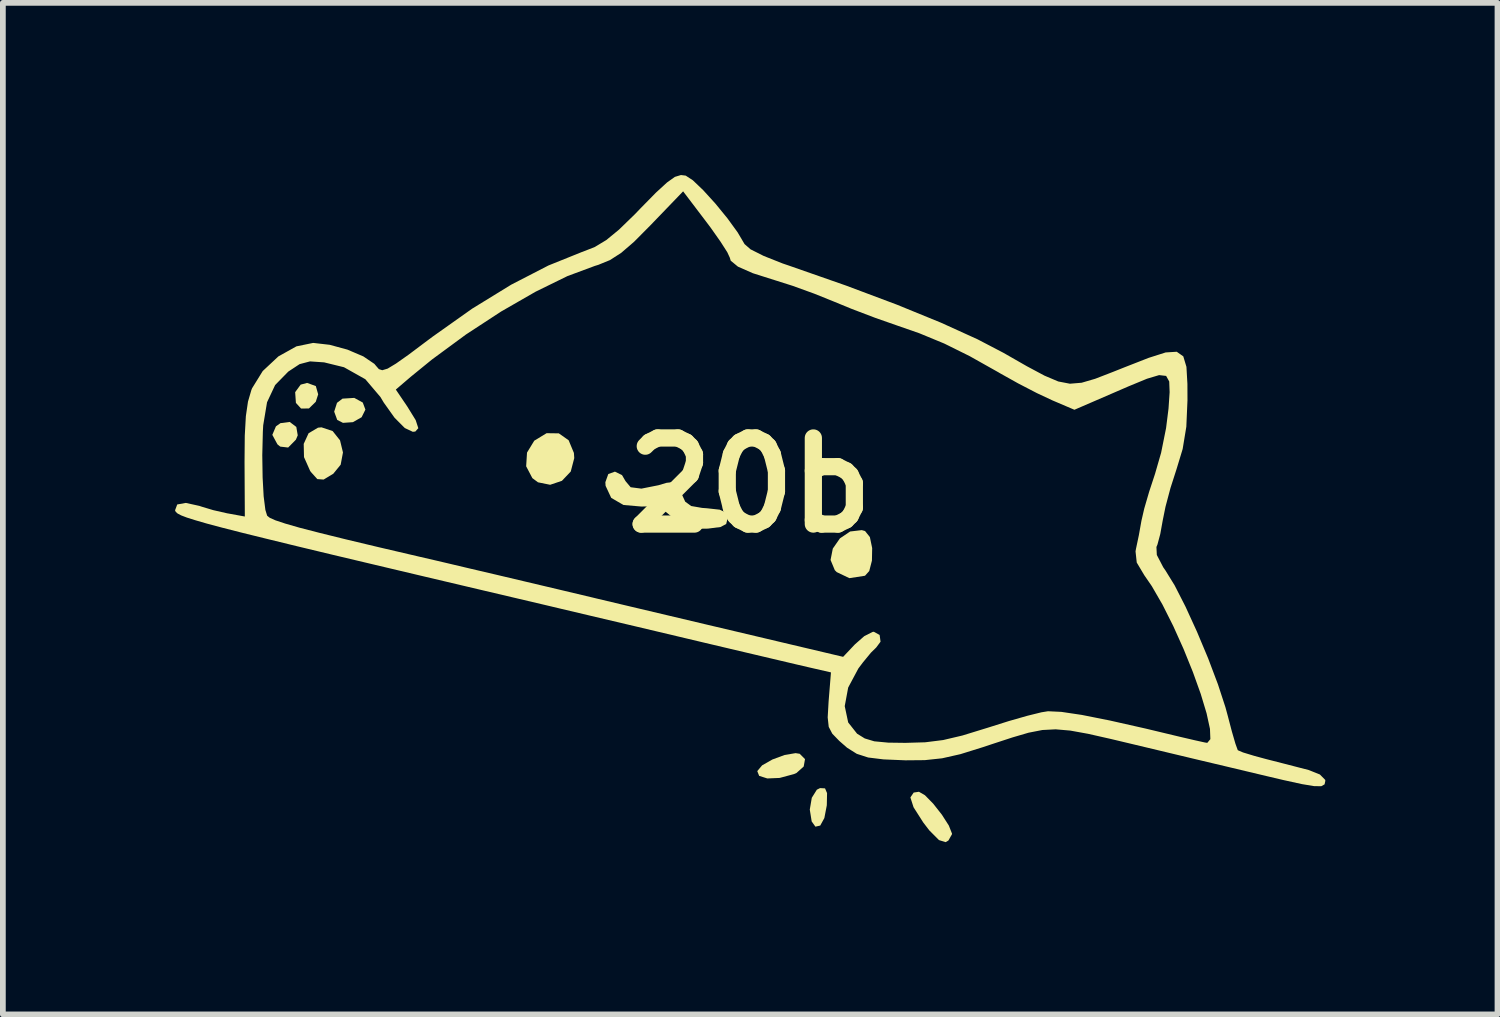
<source format=kicad_pcb>
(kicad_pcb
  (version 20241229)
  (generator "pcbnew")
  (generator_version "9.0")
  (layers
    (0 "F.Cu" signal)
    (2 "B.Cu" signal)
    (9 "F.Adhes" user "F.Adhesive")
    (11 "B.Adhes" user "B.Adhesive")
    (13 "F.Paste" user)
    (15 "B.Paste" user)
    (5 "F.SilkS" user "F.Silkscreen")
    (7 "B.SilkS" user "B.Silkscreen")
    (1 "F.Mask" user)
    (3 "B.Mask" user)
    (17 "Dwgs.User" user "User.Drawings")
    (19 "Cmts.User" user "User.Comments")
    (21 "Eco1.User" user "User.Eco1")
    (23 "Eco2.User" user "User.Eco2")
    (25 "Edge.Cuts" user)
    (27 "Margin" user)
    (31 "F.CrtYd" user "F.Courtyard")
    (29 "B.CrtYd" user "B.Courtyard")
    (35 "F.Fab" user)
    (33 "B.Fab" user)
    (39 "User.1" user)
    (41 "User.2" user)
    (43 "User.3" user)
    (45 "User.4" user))
  (footprint "20b"
    (layer "F.Cu")
    (at 10.015 5.403)
    (property "Reference" "20b" (at 0 0 0) (layer "F.SilkS") (effects (font (size 1.5 1.5) (thickness 0.3))))
    (attr board_only exclude_from_pos_files exclude_from_bom)
    (fp_poly (pts (xy -7.562 -1.726) (xy -7.521 -1.582) (xy -7.563 -1.452) (xy -7.682 -1.336) (xy -7.819 -1.334) (xy -7.909 -1.433) (xy -7.922 -1.62) (xy -7.826 -1.751) (xy -7.714 -1.781)) (stroke (width 0) (type solid)) (fill yes) (layer "F.SilkS"))
    (fp_poly (pts (xy -7.902 -1.014) (xy -7.877 -0.868) (xy -7.909 -0.792) (xy -8.044 -0.655) (xy -8.182 -0.671) (xy -8.231 -0.711) (xy -8.32 -0.876) (xy -8.257 -1.024) (xy -8.178 -1.08) (xy -8.017 -1.101)) (stroke (width 0) (type solid)) (fill yes) (layer "F.SilkS"))
    (fp_poly (pts (xy -6.744 -1.439) (xy -6.698 -1.316) (xy -6.764 -1.183) (xy -6.916 -1.097) (xy -7.089 -1.085) (xy -7.189 -1.136) (xy -7.242 -1.28) (xy -7.193 -1.434) (xy -7.097 -1.507) (xy -6.892 -1.52)) (stroke (width 0) (type solid)) (fill yes) (layer "F.SilkS"))
    (fp_poly (pts (xy 1.311 5.284) (xy 1.346 5.367) (xy 1.342 5.563) (xy 1.341 5.582) (xy 1.299 5.801) (xy 1.227 5.932) (xy 1.143 5.951) (xy 1.078 5.86) (xy 1.045 5.653) (xy 1.08 5.448) (xy 1.168 5.307) (xy 1.224 5.279)) (stroke (width 0) (type solid)) (fill yes) (layer "F.SilkS"))
    (fp_poly (pts (xy -3.328 -0.902) (xy -3.157 -0.782) (xy -3.065 -0.561) (xy -3.059 -0.471) (xy -3.12 -0.237) (xy -3.274 -0.075) (xy -3.479 -0.006) (xy -3.691 -0.049) (xy -3.789 -0.122) (xy -3.897 -0.328) (xy -3.882 -0.567) (xy -3.756 -0.774) (xy -3.541 -0.905)) (stroke (width 0) (type solid)) (fill yes) (layer "F.SilkS"))
    (fp_poly (pts (xy 0.869 4.681) (xy 0.962 4.774) (xy 0.939 4.903) (xy 0.813 5.016) (xy 0.769 5.035) (xy 0.52 5.102) (xy 0.305 5.111) (xy 0.163 5.066) (xy 0.13 4.983) (xy 0.214 4.883) (xy 0.393 4.781) (xy 0.607 4.702) (xy 0.797 4.67)) (stroke (width 0) (type solid)) (fill yes) (layer "F.SilkS"))
    (fp_poly (pts (xy -7.269 -0.942) (xy -7.14 -0.78) (xy -7.089 -0.569) (xy -7.129 -0.356) (xy -7.258 -0.198) (xy -7.426 -0.097) (xy -7.536 -0.105) (xy -7.648 -0.229) (xy -7.662 -0.25) (xy -7.768 -0.488) (xy -7.773 -0.719) (xy -7.688 -0.904) (xy -7.524 -1.001) (xy -7.463 -1.007)) (stroke (width 0) (type solid)) (fill yes) (layer "F.SilkS"))
    (fp_poly (pts (xy 2.008 0.8) (xy 2.092 0.905) (xy 2.132 1.097) (xy 2.128 1.315) (xy 2.081 1.497) (xy 2.007 1.579) (xy 1.735 1.621) (xy 1.515 1.516) (xy 1.481 1.482) (xy 1.407 1.304) (xy 1.446 1.106) (xy 1.57 0.928) (xy 1.748 0.808) (xy 1.951 0.784)) (stroke (width 0) (type solid)) (fill yes) (layer "F.SilkS"))
    (fp_poly (pts (xy 3.051 5.403) (xy 3.196 5.551) (xy 3.347 5.743) (xy 3.468 5.932) (xy 3.523 6.072) (xy 3.523 6.082) (xy 3.461 6.192) (xy 3.412 6.221) (xy 3.296 6.185) (xy 3.126 6.014) (xy 3.022 5.878) (xy 2.853 5.613) (xy 2.798 5.442) (xy 2.855 5.357) (xy 2.947 5.343)) (stroke (width 0) (type solid)) (fill yes) (layer "F.SilkS"))
    (fp_poly (pts (xy -2.227 -0.175) (xy -2.166 -0.07) (xy -2.076 0.037) (xy -1.889 0.061) (xy -1.592 0.002) (xy -1.451 -0.04) (xy -1.321 -0.055) (xy -1.238 0.03) (xy -1.193 0.142) (xy -1.125 0.289) (xy -1.022 0.364) (xy -0.831 0.397) (xy -0.749 0.403) (xy -0.524 0.428) (xy -0.417 0.478) (xy -0.387 0.572) (xy -0.387 0.581) (xy -0.412 0.678) (xy -0.511 0.73) (xy -0.723 0.757) (xy -0.757 0.759) (xy -1.005 0.76) (xy -1.172 0.708) (xy -1.331 0.577) (xy -1.343 0.566) (xy -1.517 0.422) (xy -1.699 0.37) (xy -1.891 0.373) (xy -2.202 0.346) (xy -2.415 0.222) (xy -2.513 0.012) (xy -2.517 -0.051) (xy -2.466 -0.193) (xy -2.35 -0.235)) (stroke (width 0) (type solid)) (fill yes) (layer "F.SilkS"))
    (fp_poly (pts (xy -1.117 -5.393) (xy -0.993 -5.312) (xy -0.811 -5.138) (xy -0.6 -4.906) (xy -0.39 -4.649) (xy -0.212 -4.404) (xy -0.094 -4.204) (xy -0.093 -4.201) (xy 0.012 -4.109) (xy 0.243 -3.993) (xy 0.573 -3.862) (xy 0.682 -3.825) (xy 1.677 -3.477) (xy 2.564 -3.144) (xy 3.332 -2.83) (xy 3.97 -2.54) (xy 4.42 -2.305) (xy 4.829 -2.071) (xy 5.136 -1.907) (xy 5.375 -1.806) (xy 5.578 -1.767) (xy 5.782 -1.784) (xy 6.018 -1.853) (xy 6.323 -1.971) (xy 6.534 -2.055) (xy 6.951 -2.218) (xy 7.246 -2.312) (xy 7.439 -2.324) (xy 7.553 -2.244) (xy 7.608 -2.061) (xy 7.625 -1.763) (xy 7.626 -1.476) (xy 7.606 -1.017) (xy 7.542 -0.629) (xy 7.435 -0.277) (xy 7.33 0.05) (xy 7.243 0.377) (xy 7.195 0.614) (xy 7.152 0.852) (xy 7.103 1.035) (xy 7.085 1.078) (xy 7.092 1.217) (xy 7.204 1.432) (xy 7.241 1.485) (xy 7.402 1.746) (xy 7.591 2.116) (xy 7.791 2.553) (xy 7.986 3.018) (xy 8.157 3.471) (xy 8.288 3.872) (xy 8.326 4.012) (xy 8.399 4.29) (xy 8.461 4.504) (xy 8.501 4.615) (xy 8.505 4.62) (xy 8.594 4.658) (xy 8.788 4.717) (xy 8.995 4.773) (xy 9.3 4.851) (xy 9.594 4.927) (xy 9.738 4.964) (xy 9.933 5.042) (xy 10.026 5.136) (xy 10.028 5.153) (xy 10.015 5.214) (xy 9.958 5.246) (xy 9.835 5.245) (xy 9.622 5.21) (xy 9.298 5.139) (xy 9.022 5.074) (xy 8.703 4.998) (xy 8.275 4.896) (xy 7.777 4.778) (xy 7.25 4.652) (xy 6.807 4.546) (xy 6.291 4.423) (xy 5.893 4.333) (xy 5.584 4.277) (xy 5.329 4.255) (xy 5.097 4.267) (xy 4.857 4.314) (xy 4.577 4.396) (xy 4.223 4.512) (xy 4.067 4.564) (xy 3.669 4.688) (xy 3.35 4.76) (xy 3.049 4.792) (xy 2.712 4.795) (xy 2.33 4.779) (xy 2.062 4.746) (xy 1.864 4.682) (xy 1.694 4.575) (xy 1.558 4.456) (xy 1.437 4.331) (xy 1.375 4.212) (xy 1.357 4.047) (xy 1.372 3.785) (xy 1.374 3.756) (xy 1.414 3.263) (xy 1.017 3.172) (xy 0.811 3.124) (xy 0.489 3.048) (xy 0.082 2.952) (xy -0.376 2.844) (xy -0.774 2.75) (xy -1.355 2.612) (xy -2.013 2.456) (xy -2.683 2.298) (xy -3.296 2.153) (xy -3.523 2.099) (xy -4.661 1.831) (xy -5.657 1.596) (xy -6.522 1.391) (xy -7.263 1.215) (xy -7.892 1.064) (xy -8.416 0.936) (xy -8.846 0.83) (xy -9.191 0.742) (xy -9.461 0.67) (xy -9.664 0.611) (xy -9.81 0.565) (xy -9.909 0.527) (xy -9.97 0.495) (xy -10.001 0.468) (xy -10.014 0.442) (xy -10.015 0.439) (xy -9.977 0.337) (xy -9.827 0.31) (xy -9.591 0.362) (xy -9.549 0.376) (xy -9.349 0.436) (xy -9.103 0.492) (xy -9.084 0.495) (xy -8.799 0.547) (xy -8.804 -0.404) (xy -8.803 -0.521) (xy -8.495 -0.521) (xy -8.489 -0.134) (xy -8.471 0.195) (xy -8.441 0.432) (xy -8.41 0.533) (xy -8.365 0.569) (xy -8.264 0.614) (xy -8.095 0.67) (xy -7.845 0.742) (xy -7.5 0.831) (xy -7.047 0.943) (xy -6.473 1.08) (xy -5.766 1.245) (xy -5.498 1.307) (xy -5.259 1.363) (xy -4.896 1.449) (xy -4.435 1.557) (xy -3.902 1.683) (xy -3.323 1.82) (xy -2.725 1.962) (xy -2.672 1.975) (xy -2.044 2.124) (xy -1.406 2.275) (xy -0.79 2.421) (xy -0.23 2.553) (xy 0.243 2.665) (xy 0.581 2.745) (xy 1.626 2.992) (xy 1.832 2.774) (xy 1.995 2.631) (xy 2.139 2.558) (xy 2.161 2.555) (xy 2.262 2.611) (xy 2.278 2.728) (xy 2.202 2.83) (xy 2.111 2.919) (xy 1.972 3.088) (xy 1.892 3.194) (xy 1.714 3.527) (xy 1.654 3.851) (xy 1.714 4.135) (xy 1.869 4.331) (xy 2.003 4.414) (xy 2.169 4.464) (xy 2.412 4.487) (xy 2.71 4.491) (xy 3.056 4.481) (xy 3.368 4.442) (xy 3.704 4.363) (xy 4.12 4.235) (xy 4.159 4.223) (xy 4.514 4.111) (xy 4.836 4.019) (xy 5.083 3.958) (xy 5.196 3.94) (xy 5.429 3.951) (xy 5.785 4.004) (xy 6.272 4.101) (xy 6.897 4.242) (xy 7.177 4.309) (xy 7.498 4.386) (xy 7.76 4.447) (xy 7.928 4.484) (xy 7.971 4.491) (xy 8.025 4.426) (xy 8.018 4.247) (xy 7.959 3.976) (xy 7.857 3.638) (xy 7.72 3.256) (xy 7.557 2.853) (xy 7.378 2.455) (xy 7.191 2.083) (xy 7.005 1.761) (xy 6.873 1.569) (xy 6.742 1.349) (xy 6.721 1.154) (xy 6.73 1.104) (xy 6.779 0.872) (xy 6.824 0.62) (xy 6.873 0.408) (xy 6.958 0.116) (xy 7.06 -0.194) (xy 7.167 -0.565) (xy 7.253 -0.993) (xy 7.296 -1.336) (xy 7.315 -1.619) (xy 7.308 -1.806) (xy 7.254 -1.903) (xy 7.132 -1.917) (xy 6.921 -1.854) (xy 6.599 -1.721) (xy 6.375 -1.624) (xy 5.656 -1.313) (xy 5.267 -1.479) (xy 5.003 -1.603) (xy 4.675 -1.773) (xy 4.353 -1.953) (xy 4.337 -1.963) (xy 3.83 -2.248) (xy 3.388 -2.467) (xy 2.952 -2.647) (xy 2.555 -2.785) (xy 2.187 -2.914) (xy 1.777 -3.07) (xy 1.473 -3.195) (xy 1.123 -3.336) (xy 0.745 -3.473) (xy 0.458 -3.564) (xy 0.054 -3.692) (xy -0.207 -3.807) (xy -0.333 -3.911) (xy -0.348 -3.962) (xy -0.393 -4.059) (xy -0.511 -4.243) (xy -0.68 -4.483) (xy -0.755 -4.583) (xy -1.162 -5.119) (xy -1.731 -4.528) (xy -2.017 -4.24) (xy -2.241 -4.047) (xy -2.437 -3.921) (xy -2.64 -3.838) (xy -2.699 -3.82) (xy -3.178 -3.642) (xy -3.733 -3.37) (xy -4.333 -3.025) (xy -4.945 -2.625) (xy -5.539 -2.188) (xy -5.911 -1.885) (xy -6.168 -1.665) (xy -5.969 -1.371) (xy -5.822 -1.133) (xy -5.776 -0.992) (xy -5.828 -0.934) (xy -5.872 -0.929) (xy -6.012 -0.995) (xy -6.19 -1.174) (xy -6.378 -1.438) (xy -6.436 -1.535) (xy -6.699 -1.845) (xy -7.071 -2.054) (xy -7.417 -2.139) (xy -7.663 -2.156) (xy -7.845 -2.108) (xy -8.042 -1.978) (xy -8.271 -1.744) (xy -8.412 -1.444) (xy -8.479 -1.042) (xy -8.485 -0.929) (xy -8.495 -0.521) (xy -8.803 -0.521) (xy -8.8 -0.863) (xy -8.781 -1.202) (xy -8.744 -1.455) (xy -8.685 -1.657) (xy -8.673 -1.687) (xy -8.487 -1.988) (xy -8.214 -2.243) (xy -7.9 -2.418) (xy -7.608 -2.478) (xy -7.32 -2.445) (xy -7.011 -2.361) (xy -6.734 -2.243) (xy -6.542 -2.113) (xy -6.512 -2.077) (xy -6.463 -2.021) (xy -6.404 -2.002) (xy -6.311 -2.03) (xy -6.165 -2.118) (xy -5.944 -2.274) (xy -5.627 -2.512) (xy -5.525 -2.588) (xy -4.839 -3.074) (xy -4.157 -3.493) (xy -3.509 -3.827) (xy -2.928 -4.061) (xy -2.918 -4.064) (xy -2.702 -4.149) (xy -2.501 -4.27) (xy -2.279 -4.452) (xy -2.003 -4.72) (xy -1.906 -4.821) (xy -1.635 -5.097) (xy -1.442 -5.274) (xy -1.306 -5.371) (xy -1.2 -5.403)) (stroke (width 0) (type solid)) (fill yes) (layer "F.SilkS")))
  (gr_rect
    (start -3 -3)
    (end 23.043 14.625)
    (stroke (width 0.1) (type default))
    (fill no)
    (layer "Edge.Cuts")))
</source>
